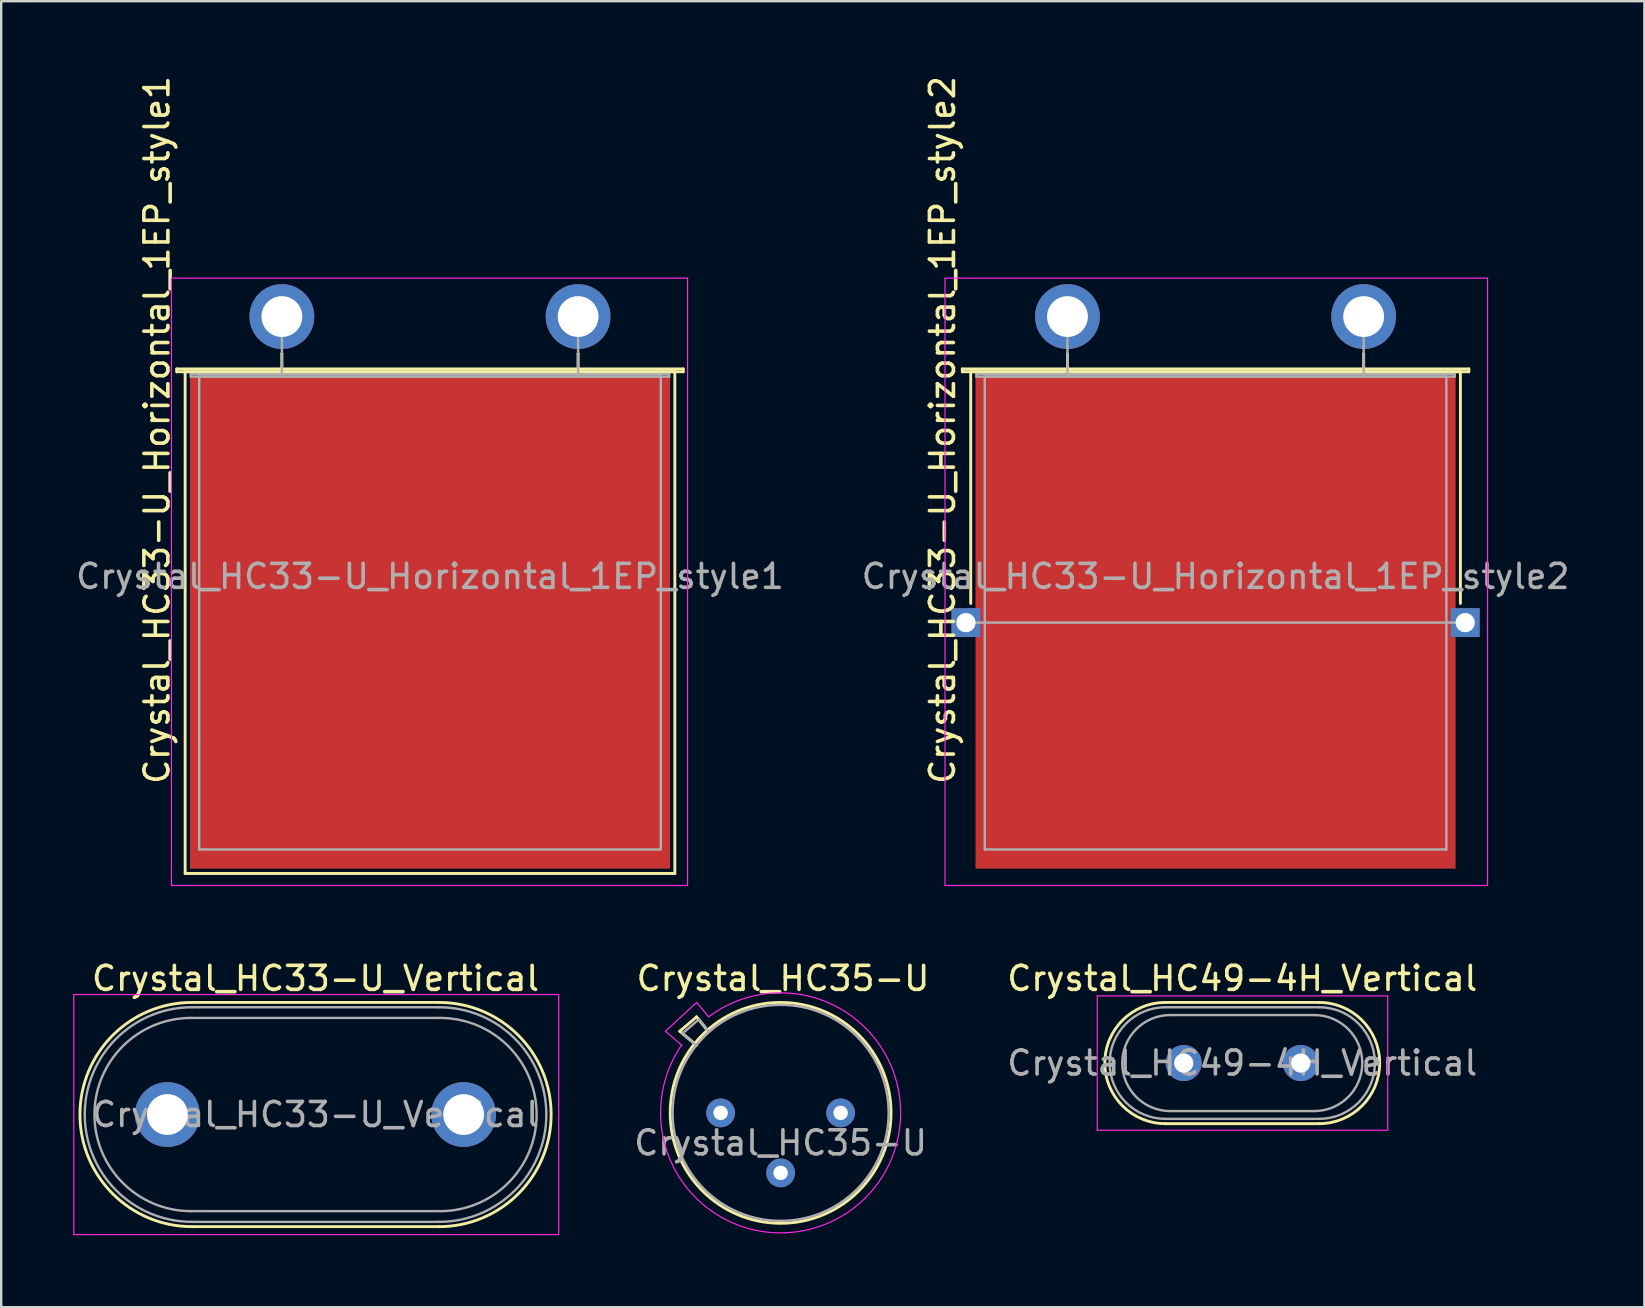
<source format=kicad_pcb>
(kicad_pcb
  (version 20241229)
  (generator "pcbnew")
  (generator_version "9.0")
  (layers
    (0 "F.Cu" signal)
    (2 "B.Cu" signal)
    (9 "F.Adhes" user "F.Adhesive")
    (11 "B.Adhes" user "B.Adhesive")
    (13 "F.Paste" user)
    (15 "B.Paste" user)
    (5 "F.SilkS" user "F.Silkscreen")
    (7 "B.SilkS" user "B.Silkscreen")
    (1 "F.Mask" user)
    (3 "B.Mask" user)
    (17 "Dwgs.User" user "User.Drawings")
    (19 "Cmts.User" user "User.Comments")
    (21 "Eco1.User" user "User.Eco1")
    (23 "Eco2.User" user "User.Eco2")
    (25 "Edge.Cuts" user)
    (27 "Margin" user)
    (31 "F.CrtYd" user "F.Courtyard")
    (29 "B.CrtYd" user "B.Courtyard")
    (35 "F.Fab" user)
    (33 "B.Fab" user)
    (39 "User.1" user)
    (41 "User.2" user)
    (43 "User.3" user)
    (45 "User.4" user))
  (footprint "Crystal_HC33-U_Horizontal_1EP_style2"
    (layer "F.Cu")
    (at 41.419 10.138)
    (property "Reference" "Crystal_HC33-U_Horizontal_1EP_style2" (at -5.205 4.725 90) (layer "F.SilkS") (effects (font (size 1 1) (thickness 0.15))))
    (attr through_hole)
    (fp_line (start -4.38 2.18) (end 16.72 2.18) (stroke (width 0.12) (type solid)) (layer "F.SilkS"))
    (fp_line (start -4.38 2.3) (end -4.38 2.18) (stroke (width 0.12) (type solid)) (layer "F.SilkS"))
    (fp_line (start -4.03 2.3) (end 16.37 2.3) (stroke (width 0.12) (type solid)) (layer "F.SilkS"))
    (fp_line (start -4.03 11.95) (end -4.03 2.3) (stroke (width 0.12) (type solid)) (layer "F.SilkS"))
    (fp_line (start 0 1.55) (end 0 1.55) (stroke (width 0.12) (type solid)) (layer "F.SilkS"))
    (fp_line (start 0 2.3) (end 0 1.55) (stroke (width 0.12) (type solid)) (layer "F.SilkS"))
    (fp_line (start 12.34 1.55) (end 12.34 1.55) (stroke (width 0.12) (type solid)) (layer "F.SilkS"))
    (fp_line (start 12.34 2.3) (end 12.34 1.55) (stroke (width 0.12) (type solid)) (layer "F.SilkS"))
    (fp_line (start 16.37 2.3) (end 16.37 11.95) (stroke (width 0.12) (type solid)) (layer "F.SilkS"))
    (fp_line (start 16.72 2.18) (end 16.72 2.3) (stroke (width 0.12) (type solid)) (layer "F.SilkS"))
    (fp_line (start 16.72 2.3) (end -4.38 2.3) (stroke (width 0.12) (type solid)) (layer "F.SilkS"))
    (fp_line (start -5.1 -1.6) (end -5.1 23.7) (stroke (width 0.05) (type solid)) (layer "F.CrtYd"))
    (fp_line (start -5.1 23.7) (end 17.5 23.7) (stroke (width 0.05) (type solid)) (layer "F.CrtYd"))
    (fp_line (start 17.5 -1.6) (end -5.1 -1.6) (stroke (width 0.05) (type solid)) (layer "F.CrtYd"))
    (fp_line (start 17.5 23.7) (end 17.5 -1.6) (stroke (width 0.05) (type solid)) (layer "F.CrtYd"))
    (fp_line (start -4.23 12.75) (end 16.57 12.75) (stroke (width 0.1) (type solid)) (layer "F.Fab"))
    (fp_line (start -3.795 2.4) (end 16.135 2.4) (stroke (width 0.1) (type solid)) (layer "F.Fab"))
    (fp_line (start -3.795 2.5) (end -3.795 2.4) (stroke (width 0.1) (type solid)) (layer "F.Fab"))
    (fp_line (start -3.445 2.5) (end -3.445 22.2) (stroke (width 0.1) (type solid)) (layer "F.Fab"))
    (fp_line (start -3.445 22.2) (end 15.785 22.2) (stroke (width 0.1) (type solid)) (layer "F.Fab"))
    (fp_line (start 0 1.25) (end 0 0) (stroke (width 0.1) (type solid)) (layer "F.Fab"))
    (fp_line (start 0 2.5) (end 0 1.25) (stroke (width 0.1) (type solid)) (layer "F.Fab"))
    (fp_line (start 12.34 1.25) (end 12.34 0) (stroke (width 0.1) (type solid)) (layer "F.Fab"))
    (fp_line (start 12.34 2.5) (end 12.34 1.25) (stroke (width 0.1) (type solid)) (layer "F.Fab"))
    (fp_line (start 15.785 2.5) (end -3.445 2.5) (stroke (width 0.1) (type solid)) (layer "F.Fab"))
    (fp_line (start 15.785 22.2) (end 15.785 2.5) (stroke (width 0.1) (type solid)) (layer "F.Fab"))
    (fp_line (start 16.135 2.4) (end 16.135 2.5) (stroke (width 0.1) (type solid)) (layer "F.Fab"))
    (fp_line (start 16.135 2.5) (end -3.795 2.5) (stroke (width 0.1) (type solid)) (layer "F.Fab"))
    (fp_text user "${REFERENCE}" (at 6.17 10.825 0) (layer "F.Fab") (effects (font (size 1 1) (thickness 0.15))))
    (pad "1" thru_hole circle (at 0 0) (size 2.7 2.7) (drill 1.7) (layers "*.Cu" "*.Mask"))
    (pad "2" thru_hole circle (at 12.34 0) (size 2.7 2.7) (drill 1.7) (layers "*.Cu" "*.Mask"))
    (pad "3" thru_hole rect (at -4.23 12.75) (size 1.2 1.2) (drill 0.8) (layers "*.Cu" "*.Mask"))
    (pad "3" smd rect (at 6.17 12.75) (size 20 20.5) (layers "F.Cu" "F.Mask" "F.Paste"))
    (pad "3" thru_hole rect (at 16.57 12.75) (size 1.2 1.2) (drill 0.8) (layers "*.Cu" "*.Mask")))
  (footprint "Crystal_HC33-U_Horizontal_1EP_style1"
    (layer "F.Cu")
    (at 8.693 10.138)
    (property "Reference" "Crystal_HC33-U_Horizontal_1EP_style1" (at -5.205 4.725 90) (layer "F.SilkS") (effects (font (size 1 1) (thickness 0.15))))
    (attr through_hole)
    (fp_line (start -4.38 2.18) (end 16.72 2.18) (stroke (width 0.12) (type solid)) (layer "F.SilkS"))
    (fp_line (start -4.38 2.3) (end -4.38 2.18) (stroke (width 0.12) (type solid)) (layer "F.SilkS"))
    (fp_line (start -4.03 2.3) (end -4.03 23.2) (stroke (width 0.12) (type solid)) (layer "F.SilkS"))
    (fp_line (start -4.03 23.2) (end 16.37 23.2) (stroke (width 0.12) (type solid)) (layer "F.SilkS"))
    (fp_line (start 0 1.55) (end 0 1.55) (stroke (width 0.12) (type solid)) (layer "F.SilkS"))
    (fp_line (start 0 2.3) (end 0 1.55) (stroke (width 0.12) (type solid)) (layer "F.SilkS"))
    (fp_line (start 12.34 1.55) (end 12.34 1.55) (stroke (width 0.12) (type solid)) (layer "F.SilkS"))
    (fp_line (start 12.34 2.3) (end 12.34 1.55) (stroke (width 0.12) (type solid)) (layer "F.SilkS"))
    (fp_line (start 16.37 2.3) (end -4.03 2.3) (stroke (width 0.12) (type solid)) (layer "F.SilkS"))
    (fp_line (start 16.37 23.2) (end 16.37 2.3) (stroke (width 0.12) (type solid)) (layer "F.SilkS"))
    (fp_line (start 16.72 2.18) (end 16.72 2.3) (stroke (width 0.12) (type solid)) (layer "F.SilkS"))
    (fp_line (start 16.72 2.3) (end -4.38 2.3) (stroke (width 0.12) (type solid)) (layer "F.SilkS"))
    (fp_line (start -4.6 -1.6) (end -4.6 23.7) (stroke (width 0.05) (type solid)) (layer "F.CrtYd"))
    (fp_line (start -4.6 23.7) (end 16.9 23.7) (stroke (width 0.05) (type solid)) (layer "F.CrtYd"))
    (fp_line (start 16.9 -1.6) (end -4.6 -1.6) (stroke (width 0.05) (type solid)) (layer "F.CrtYd"))
    (fp_line (start 16.9 23.7) (end 16.9 -1.6) (stroke (width 0.05) (type solid)) (layer "F.CrtYd"))
    (fp_line (start -3.795 2.4) (end 16.135 2.4) (stroke (width 0.1) (type solid)) (layer "F.Fab"))
    (fp_line (start -3.795 2.5) (end -3.795 2.4) (stroke (width 0.1) (type solid)) (layer "F.Fab"))
    (fp_line (start -3.445 2.5) (end -3.445 22.2) (stroke (width 0.1) (type solid)) (layer "F.Fab"))
    (fp_line (start -3.445 22.2) (end 15.785 22.2) (stroke (width 0.1) (type solid)) (layer "F.Fab"))
    (fp_line (start 0 1.25) (end 0 0) (stroke (width 0.1) (type solid)) (layer "F.Fab"))
    (fp_line (start 0 2.5) (end 0 1.25) (stroke (width 0.1) (type solid)) (layer "F.Fab"))
    (fp_line (start 12.34 1.25) (end 12.34 0) (stroke (width 0.1) (type solid)) (layer "F.Fab"))
    (fp_line (start 12.34 2.5) (end 12.34 1.25) (stroke (width 0.1) (type solid)) (layer "F.Fab"))
    (fp_line (start 15.785 2.5) (end -3.445 2.5) (stroke (width 0.1) (type solid)) (layer "F.Fab"))
    (fp_line (start 15.785 22.2) (end 15.785 2.5) (stroke (width 0.1) (type solid)) (layer "F.Fab"))
    (fp_line (start 16.135 2.4) (end 16.135 2.5) (stroke (width 0.1) (type solid)) (layer "F.Fab"))
    (fp_line (start 16.135 2.5) (end -3.795 2.5) (stroke (width 0.1) (type solid)) (layer "F.Fab"))
    (fp_text user "${REFERENCE}" (at 6.17 10.825 0) (layer "F.Fab") (effects (font (size 1 1) (thickness 0.15))))
    (pad "1" thru_hole circle (at 0 0) (size 2.7 2.7) (drill 1.7) (layers "*.Cu" "*.Mask"))
    (pad "2" thru_hole circle (at 12.34 0) (size 2.7 2.7) (drill 1.7) (layers "*.Cu" "*.Mask"))
    (pad "3" smd rect (at 6.17 12.75) (size 20 20.5) (layers "F.Cu" "F.Mask" "F.Paste")))
  (footprint "Crystal_HC33-U_Vertical"
    (layer "F.Cu")
    (at 3.925 43.381)
    (property "Reference" "Crystal_HC33-U_Vertical" (at 6.17 -5.67 0) (layer "F.SilkS") (effects (font (size 1 1) (thickness 0.15))))
    (attr through_hole)
    (fp_line (start 1.025 -4.67) (end 11.315 -4.67) (stroke (width 0.12) (type solid)) (layer "F.SilkS"))
    (fp_line (start 1.025 4.67) (end 11.315 4.67) (stroke (width 0.12) (type solid)) (layer "F.SilkS"))
    (fp_arc (start 1.025 4.67) (mid -3.645 0) (end 1.025 -4.67) (stroke (width 0.12) (type solid)) (layer "F.SilkS"))
    (fp_arc (start 11.315 -4.67) (mid 15.985 0) (end 11.315 4.67) (stroke (width 0.12) (type solid)) (layer "F.SilkS"))
    (fp_line (start -3.9 -5) (end -3.9 5) (stroke (width 0.05) (type solid)) (layer "F.CrtYd"))
    (fp_line (start -3.9 5) (end 16.3 5) (stroke (width 0.05) (type solid)) (layer "F.CrtYd"))
    (fp_line (start 16.3 -5) (end -3.9 -5) (stroke (width 0.05) (type solid)) (layer "F.CrtYd"))
    (fp_line (start 16.3 5) (end 16.3 -5) (stroke (width 0.05) (type solid)) (layer "F.CrtYd"))
    (fp_line (start 0.985 -4.025) (end 11.355 -4.025) (stroke (width 0.1) (type solid)) (layer "F.Fab"))
    (fp_line (start 0.985 4.025) (end 11.355 4.025) (stroke (width 0.1) (type solid)) (layer "F.Fab"))
    (fp_line (start 1.025 -4.47) (end 11.315 -4.47) (stroke (width 0.1) (type solid)) (layer "F.Fab"))
    (fp_line (start 1.025 4.47) (end 11.315 4.47) (stroke (width 0.1) (type solid)) (layer "F.Fab"))
    (fp_arc (start 0.985 4.025) (mid -3.04 0) (end 0.985 -4.025) (stroke (width 0.1) (type solid)) (layer "F.Fab"))
    (fp_arc (start 1.025 4.47) (mid -3.445 0) (end 1.025 -4.47) (stroke (width 0.1) (type solid)) (layer "F.Fab"))
    (fp_arc (start 11.315 -4.47) (mid 15.785 0) (end 11.315 4.47) (stroke (width 0.1) (type solid)) (layer "F.Fab"))
    (fp_arc (start 11.355 -4.025) (mid 15.38 0) (end 11.355 4.025) (stroke (width 0.1) (type solid)) (layer "F.Fab"))
    (fp_text user "${REFERENCE}" (at 6.17 0 0) (layer "F.Fab") (effects (font (size 1 1) (thickness 0.15))))
    (pad "1" thru_hole circle (at 0 0) (size 2.7 2.7) (drill 1.7) (layers "*.Cu" "*.Mask"))
    (pad "2" thru_hole circle (at 12.34 0) (size 2.7 2.7) (drill 1.7) (layers "*.Cu" "*.Mask")))
  (footprint "Crystal_HC35-U"
    (layer "F.Cu")
    (at 26.97 43.311)
    (property "Reference" "Crystal_HC35-U" (at 2.6 -5.6 0) (layer "F.SilkS") (effects (font (size 1 1) (thickness 0.15))))
    (attr through_hole)
    (fp_line (start -1.7 -3.4) (end -1 -4) (stroke (width 0.12) (type solid)) (layer "F.SilkS"))
    (fp_line (start -1.1 -2.9) (end -1.7 -3.4) (stroke (width 0.12) (type solid)) (layer "F.SilkS"))
    (fp_line (start -1 -4) (end -0.6 -3.5) (stroke (width 0.12) (type solid)) (layer "F.SilkS"))
    (fp_circle (center 2.5 0) (end 7.1 0) (stroke (width 0.12) (type solid)) (fill no) (layer "F.SilkS"))
    (fp_line (start -2.3 -3.4) (end -1 -4.6) (stroke (width 0.05) (type solid)) (layer "F.CrtYd"))
    (fp_line (start -1.6 -2.8) (end -2.3 -3.4) (stroke (width 0.05) (type solid)) (layer "F.CrtYd"))
    (fp_line (start -1 -4.6) (end -0.5 -4) (stroke (width 0.05) (type solid)) (layer "F.CrtYd"))
    (fp_arc (start -0.5 -4) (mid 6.119047 3.45) (end -1.638828 -2.80537) (stroke (width 0.05) (type solid)) (layer "F.CrtYd"))
    (fp_line (start -1.6 -3.3) (end -0.9 -3.9) (stroke (width 0.1) (type solid)) (layer "F.Fab"))
    (fp_line (start -1 -2.8) (end -1.6 -3.3) (stroke (width 0.1) (type solid)) (layer "F.Fab"))
    (fp_line (start -0.9 -3.9) (end -0.5 -3.4) (stroke (width 0.1) (type solid)) (layer "F.Fab"))
    (fp_circle (center 2.5 0) (end 7 0) (stroke (width 0.1) (type solid)) (fill no) (layer "F.Fab"))
    (fp_text user "${REFERENCE}" (at 2.5 1.25 0) (layer "F.Fab") (effects (font (size 1 1) (thickness 0.15))))
    (pad "1" thru_hole circle (at 0 0) (size 1.2 1.2) (drill 0.6) (layers "*.Cu" "*.Mask"))
    (pad "2" thru_hole circle (at 5 0) (size 1.2 1.2) (drill 0.6) (layers "*.Cu" "*.Mask"))
    (pad "3" thru_hole circle (at 2.5 2.5) (size 1.2 1.2) (drill 0.6) (layers "*.Cu" "*.Mask")))
  (footprint "Crystal_HC49-4H_Vertical"
    (layer "F.Cu")
    (at 46.261 41.236)
    (property "Reference" "Crystal_HC49-4H_Vertical" (at 2.44 -3.525 0) (layer "F.SilkS") (effects (font (size 1 1) (thickness 0.15))))
    (attr through_hole)
    (fp_line (start -0.76 -2.525) (end 5.64 -2.525) (stroke (width 0.12) (type solid)) (layer "F.SilkS"))
    (fp_line (start -0.76 2.525) (end 5.64 2.525) (stroke (width 0.12) (type solid)) (layer "F.SilkS"))
    (fp_arc (start -0.76 2.525) (mid -3.285 0) (end -0.76 -2.525) (stroke (width 0.12) (type solid)) (layer "F.SilkS"))
    (fp_arc (start 5.64 -2.525) (mid 8.165 0) (end 5.64 2.525) (stroke (width 0.12) (type solid)) (layer "F.SilkS"))
    (fp_line (start -3.6 -2.8) (end -3.6 2.8) (stroke (width 0.05) (type solid)) (layer "F.CrtYd"))
    (fp_line (start -3.6 2.8) (end 8.5 2.8) (stroke (width 0.05) (type solid)) (layer "F.CrtYd"))
    (fp_line (start 8.5 -2.8) (end -3.6 -2.8) (stroke (width 0.05) (type solid)) (layer "F.CrtYd"))
    (fp_line (start 8.5 2.8) (end 8.5 -2.8) (stroke (width 0.05) (type solid)) (layer "F.CrtYd"))
    (fp_line (start -0.76 -2.325) (end 5.64 -2.325) (stroke (width 0.1) (type solid)) (layer "F.Fab"))
    (fp_line (start -0.76 2.325) (end 5.64 2.325) (stroke (width 0.1) (type solid)) (layer "F.Fab"))
    (fp_line (start -0.56 -2) (end 5.44 -2) (stroke (width 0.1) (type solid)) (layer "F.Fab"))
    (fp_line (start -0.56 2) (end 5.44 2) (stroke (width 0.1) (type solid)) (layer "F.Fab"))
    (fp_arc (start -0.76 2.325) (mid -3.085 0) (end -0.76 -2.325) (stroke (width 0.1) (type solid)) (layer "F.Fab"))
    (fp_arc (start -0.56 2) (mid -2.56 0) (end -0.56 -2) (stroke (width 0.1) (type solid)) (layer "F.Fab"))
    (fp_arc (start 5.44 -2) (mid 7.44 0) (end 5.44 2) (stroke (width 0.1) (type solid)) (layer "F.Fab"))
    (fp_arc (start 5.64 -2.325) (mid 7.965 0) (end 5.64 2.325) (stroke (width 0.1) (type solid)) (layer "F.Fab"))
    (fp_text user "${REFERENCE}" (at 2.44 0 0) (layer "F.Fab") (effects (font (size 1 1) (thickness 0.15))))
    (pad "1" thru_hole circle (at 0 0) (size 1.5 1.5) (drill 0.8) (layers "*.Cu" "*.Mask"))
    (pad "2" thru_hole circle (at 4.88 0) (size 1.5 1.5) (drill 0.8) (layers "*.Cu" "*.Mask")))
  (gr_rect
    (start -3 -3)
    (end 65.452 51.406)
    (stroke (width 0.1) (type default))
    (fill no)
    (layer "Edge.Cuts")))
</source>
